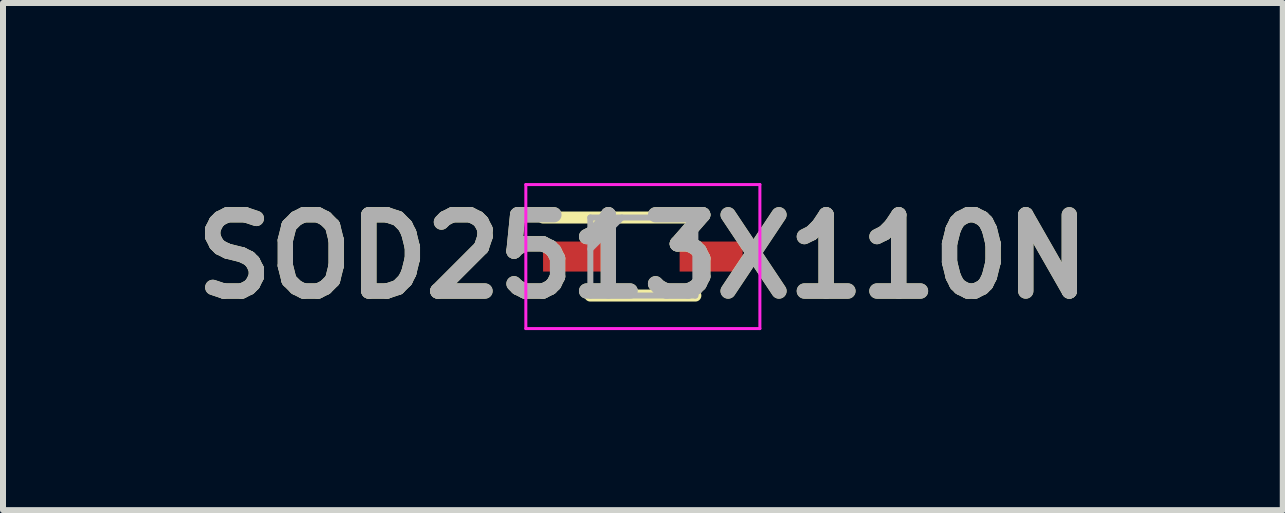
<source format=kicad_pcb>
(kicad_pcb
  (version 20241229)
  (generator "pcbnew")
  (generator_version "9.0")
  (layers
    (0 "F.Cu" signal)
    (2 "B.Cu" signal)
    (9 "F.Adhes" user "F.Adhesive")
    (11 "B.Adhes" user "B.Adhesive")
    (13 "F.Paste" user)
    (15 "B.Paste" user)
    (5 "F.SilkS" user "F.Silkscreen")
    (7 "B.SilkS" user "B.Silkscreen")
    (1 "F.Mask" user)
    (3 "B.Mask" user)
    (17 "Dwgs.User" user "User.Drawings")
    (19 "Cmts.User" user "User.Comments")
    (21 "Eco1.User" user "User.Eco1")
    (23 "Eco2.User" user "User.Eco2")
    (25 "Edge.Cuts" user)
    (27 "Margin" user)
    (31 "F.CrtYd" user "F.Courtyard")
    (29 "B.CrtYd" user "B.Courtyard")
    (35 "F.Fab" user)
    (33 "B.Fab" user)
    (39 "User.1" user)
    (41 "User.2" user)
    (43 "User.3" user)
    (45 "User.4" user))
  (footprint "SOD2513X110N"
    (layer "F.Cu")
    (at 7.662 1.225)
    (property "Reference" "SOD2513X110N" (at 0 0 0) (layer "F.SilkS") (effects (font (size 1.27 1.27) (thickness 0.254))))
    (attr smd)
    (fp_line (start -1.662 -0.65) (end 0.875 -0.65) (stroke (width 0.2) (type solid)) (layer "F.SilkS"))
    (fp_line (start -0.875 0.65) (end 0.875 0.65) (stroke (width 0.2) (type solid)) (layer "F.SilkS"))
    (fp_line (start -1.95 -1.2) (end 1.95 -1.2) (stroke (width 0.05) (type solid)) (layer "F.CrtYd"))
    (fp_line (start -1.95 1.2) (end -1.95 -1.2) (stroke (width 0.05) (type solid)) (layer "F.CrtYd"))
    (fp_line (start 1.95 -1.2) (end 1.95 1.2) (stroke (width 0.05) (type solid)) (layer "F.CrtYd"))
    (fp_line (start 1.95 1.2) (end -1.95 1.2) (stroke (width 0.05) (type solid)) (layer "F.CrtYd"))
    (fp_line (start -0.875 -0.65) (end 0.875 -0.65) (stroke (width 0.1) (type solid)) (layer "F.Fab"))
    (fp_line (start -0.875 -0.125) (end -0.35 -0.65) (stroke (width 0.1) (type solid)) (layer "F.Fab"))
    (fp_line (start -0.875 0.65) (end -0.875 -0.65) (stroke (width 0.1) (type solid)) (layer "F.Fab"))
    (fp_line (start 0.875 -0.65) (end 0.875 0.65) (stroke (width 0.1) (type solid)) (layer "F.Fab"))
    (fp_line (start 0.875 0.65) (end -0.875 0.65) (stroke (width 0.1) (type solid)) (layer "F.Fab"))
    (fp_text user "${REFERENCE}" (at 0 0 0) (layer "F.Fab") (effects (font (size 1.27 1.27) (thickness 0.254))))
    (pad "1" smd rect (at -1.138 0 90) (size 0.5 1.05) (layers "F.Cu" "F.Mask" "F.Paste"))
    (pad "2" smd rect (at 1.138 0 90) (size 0.5 1.05) (layers "F.Cu" "F.Mask" "F.Paste")))
  (gr_rect
    (start -3 -3)
    (end 18.325 5.45)
    (stroke (width 0.1) (type default))
    (fill no)
    (layer "Edge.Cuts")))
</source>
